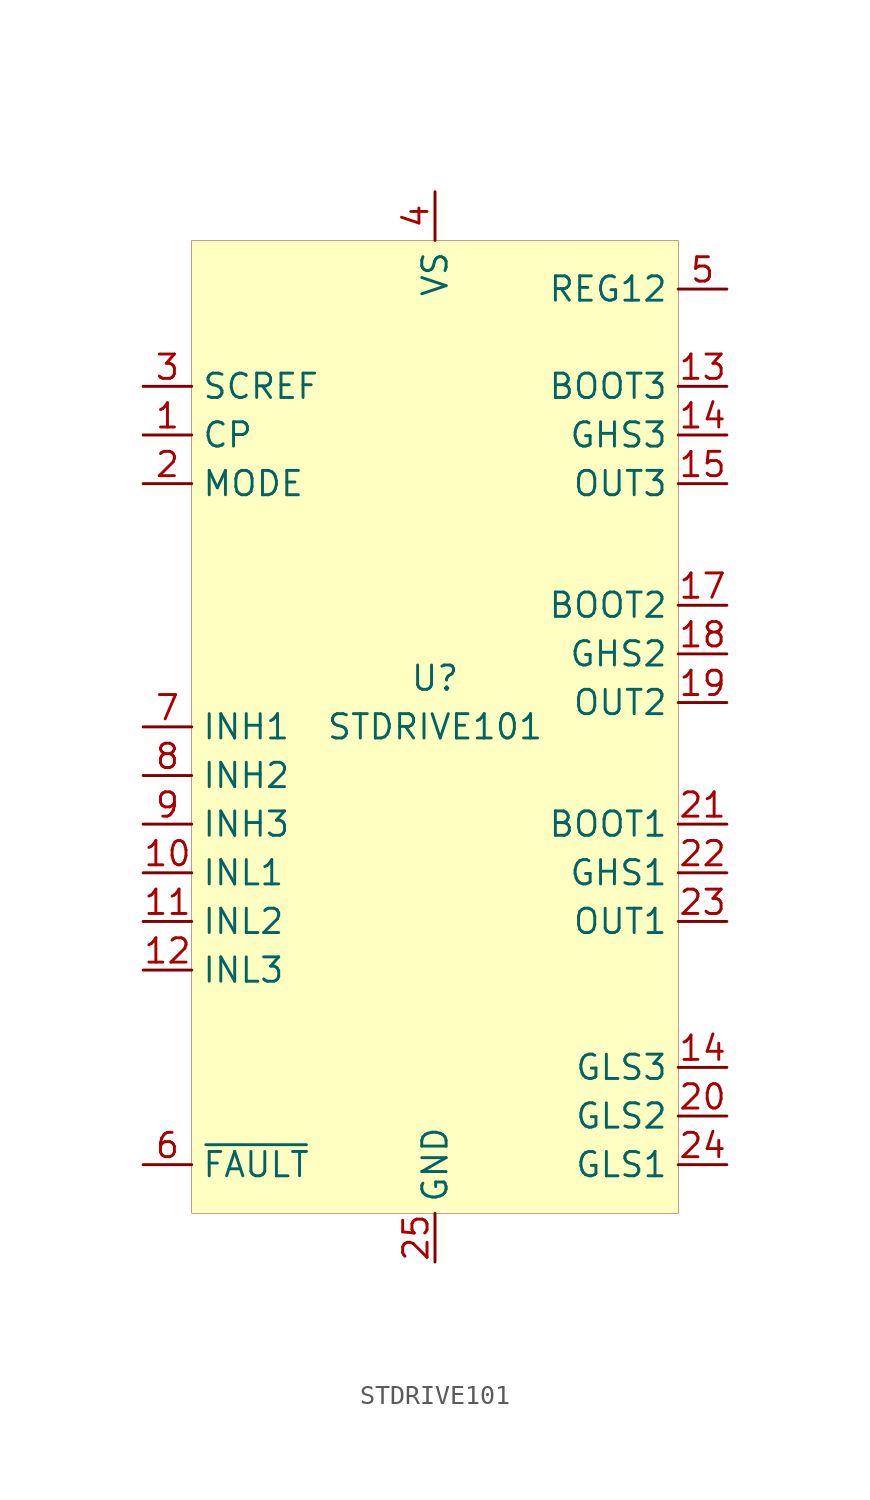
<source format=kicad_sym>
(kicad_symbol_lib
  (version 20201005)
  (generator kicad_symbol_editor)
  (symbol "st_component:STDRIVE101"
    (property "Reference" "U"
      (at 0 2.54 0)
      (effects (font (size 1.27 1.27))))
    (property "Value" "STDRIVE101"
      (at 0 0 0)
      (effects (font (size 1.27 1.27))))
    (symbol "STDRIVE101_0_1"
      (rectangle (start -12.7 25.4) (end 12.7 -25.4) (stroke (width 0.001)) (fill (type background))))
    (symbol "STDRIVE101_1_1"
      (pin input line (at -15.24 15.24 0) (length 2.54) (name "CP" (effects (font (size 1.27 1.27)))) (number "1" (effects (font (size 1.27 1.27)))))
      (pin passive line (at -15.24 12.7 0) (length 2.54) (name "MODE" (effects (font (size 1.27 1.27)))) (number "2" (effects (font (size 1.27 1.27)))) (alternate "DT" output line))
      (pin input line (at -15.24 17.78 0) (length 2.54) (name "SCREF" (effects (font (size 1.27 1.27)))) (number "3" (effects (font (size 1.27 1.27)))))
      (pin power_in line (at 0 27.94 270) (length 2.54) (name "VS" (effects (font (size 1.27 1.27)))) (number "4" (effects (font (size 1.27 1.27)))))
      (pin power_out line (at 15.24 22.86 180) (length 2.54) (name "REG12" (effects (font (size 1.27 1.27)))) (number "5" (effects (font (size 1.27 1.27)))))
      (pin open_collector line (at -15.24 -22.86 0) (length 2.54) (name "~FAULT" (effects (font (size 1.27 1.27)))) (number "6" (effects (font (size 1.27 1.27)))))
      (pin input line (at -15.24 0 0) (length 2.54) (name "INH1" (effects (font (size 1.27 1.27)))) (number "7" (effects (font (size 1.27 1.27)))) (alternate "IN1" input line))
      (pin input line (at -15.24 -2.54 0) (length 2.54) (name "INH2" (effects (font (size 1.27 1.27)))) (number "8" (effects (font (size 1.27 1.27)))) (alternate "IN2" input line))
      (pin input line (at -15.24 -5.08 0) (length 2.54) (name "INH3" (effects (font (size 1.27 1.27)))) (number "9" (effects (font (size 1.27 1.27)))) (alternate "IN3" input line))
      (pin input line (at -15.24 -7.62 0) (length 2.54) (name "INL1" (effects (font (size 1.27 1.27)))) (number "10" (effects (font (size 1.27 1.27)))) (alternate "EN1" input line))
      (pin input line (at -15.24 -10.16 0) (length 2.54) (name "INL2" (effects (font (size 1.27 1.27)))) (number "11" (effects (font (size 1.27 1.27)))) (alternate "EN2" input line))
      (pin input line (at -15.24 -12.7 0) (length 2.54) (name "INL3" (effects (font (size 1.27 1.27)))) (number "12" (effects (font (size 1.27 1.27)))) (alternate "EN3" input line))
      (pin output line (at 15.24 17.78 180) (length 2.54) (name "BOOT3" (effects (font (size 1.27 1.27)))) (number "13" (effects (font (size 1.27 1.27)))))
      (pin output line (at 15.24 15.24 180) (length 2.54) (name "GHS3" (effects (font (size 1.27 1.27)))) (number "14" (effects (font (size 1.27 1.27)))))
      (pin output line (at 15.24 12.7 180) (length 2.54) (name "OUT3" (effects (font (size 1.27 1.27)))) (number "15" (effects (font (size 1.27 1.27)))))
      (pin output line (at 15.24 -17.78 180) (length 2.54) (name "GLS3" (effects (font (size 1.27 1.27)))) (number "14" (effects (font (size 1.27 1.27)))))
      (pin output line (at 15.24 6.35 180) (length 2.54) (name "BOOT2" (effects (font (size 1.27 1.27)))) (number "17" (effects (font (size 1.27 1.27)))))
      (pin output line (at 15.24 3.81 180) (length 2.54) (name "GHS2" (effects (font (size 1.27 1.27)))) (number "18" (effects (font (size 1.27 1.27)))))
      (pin output line (at 15.24 1.27 180) (length 2.54) (name "OUT2" (effects (font (size 1.27 1.27)))) (number "19" (effects (font (size 1.27 1.27)))))
      (pin output line (at 15.24 -20.32 180) (length 2.54) (name "GLS2" (effects (font (size 1.27 1.27)))) (number "20" (effects (font (size 1.27 1.27)))))
      (pin output line (at 15.24 -5.08 180) (length 2.54) (name "BOOT1" (effects (font (size 1.27 1.27)))) (number "21" (effects (font (size 1.27 1.27)))))
      (pin output line (at 15.24 -7.62 180) (length 2.54) (name "GHS1" (effects (font (size 1.27 1.27)))) (number "22" (effects (font (size 1.27 1.27)))))
      (pin output line (at 15.24 -10.16 180) (length 2.54) (name "OUT1" (effects (font (size 1.27 1.27)))) (number "23" (effects (font (size 1.27 1.27)))))
      (pin output line (at 15.24 -22.86 180) (length 2.54) (name "GLS1" (effects (font (size 1.27 1.27)))) (number "24" (effects (font (size 1.27 1.27)))))
      (pin power_in line (at 0 -27.94 90) (length 2.54) (name "GND" (effects (font (size 1.27 1.27)))) (number "25" (effects (font (size 1.27 1.27))))))))
</source>
